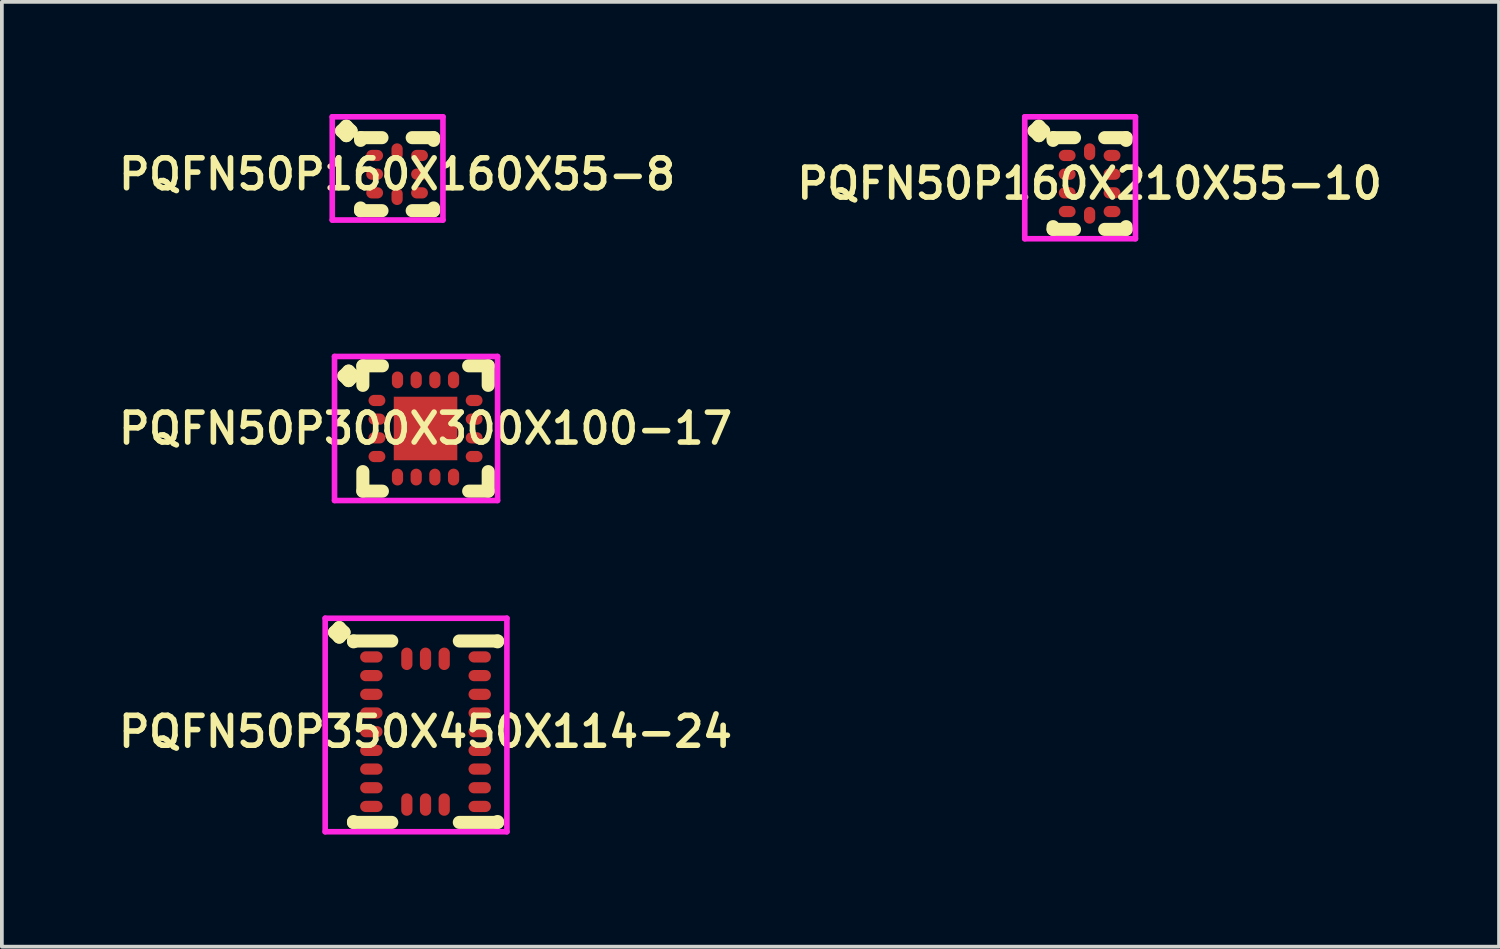
<source format=kicad_pcb>
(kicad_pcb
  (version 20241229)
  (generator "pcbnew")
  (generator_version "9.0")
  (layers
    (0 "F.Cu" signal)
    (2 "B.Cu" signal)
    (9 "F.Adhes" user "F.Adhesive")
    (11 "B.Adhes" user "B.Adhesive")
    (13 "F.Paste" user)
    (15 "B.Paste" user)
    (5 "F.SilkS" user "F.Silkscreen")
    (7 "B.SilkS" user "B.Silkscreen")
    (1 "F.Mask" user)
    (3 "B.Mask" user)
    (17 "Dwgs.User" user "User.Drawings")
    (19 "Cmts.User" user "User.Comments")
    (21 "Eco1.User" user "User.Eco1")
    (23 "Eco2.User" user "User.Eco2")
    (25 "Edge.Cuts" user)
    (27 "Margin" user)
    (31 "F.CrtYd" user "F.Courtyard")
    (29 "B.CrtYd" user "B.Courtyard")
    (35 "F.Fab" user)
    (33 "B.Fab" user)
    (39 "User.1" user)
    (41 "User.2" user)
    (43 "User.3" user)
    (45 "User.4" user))
  (footprint "PQFN50P160X160X55-8"
    (layer "F.Cu")
    (at 7.574 1.61)
    (property "Reference" "PQFN50P160X160X55-8" (at 0 0 0) (layer "F.SilkS") (effects (font (size 0.8 0.8) (thickness 0.15))))
    (attr smd)
    (fp_line (start -1.485 -1.158) (end -1.358 -1.285) (stroke (width 0.35) (type solid)) (layer "F.SilkS"))
    (fp_line (start -1.358 -1.285) (end -1.231 -1.158) (stroke (width 0.35) (type solid)) (layer "F.SilkS"))
    (fp_line (start -1.358 -1.031) (end -1.485 -1.158) (stroke (width 0.35) (type solid)) (layer "F.SilkS"))
    (fp_line (start -1.231 -1.158) (end -1.358 -1.031) (stroke (width 0.35) (type solid)) (layer "F.SilkS"))
    (fp_line (start -0.977 -0.977) (end -0.404 -0.977) (stroke (width 0.35) (type solid)) (layer "F.SilkS"))
    (fp_line (start -0.977 -0.904) (end -0.977 -0.977) (stroke (width 0.35) (type solid)) (layer "F.SilkS"))
    (fp_line (start -0.977 0.904) (end -0.977 0.977) (stroke (width 0.35) (type solid)) (layer "F.SilkS"))
    (fp_line (start -0.977 0.977) (end -0.404 0.977) (stroke (width 0.35) (type solid)) (layer "F.SilkS"))
    (fp_line (start 0.404 -0.977) (end 0.977 -0.977) (stroke (width 0.35) (type solid)) (layer "F.SilkS"))
    (fp_line (start 0.404 0.977) (end 0.977 0.977) (stroke (width 0.35) (type solid)) (layer "F.SilkS"))
    (fp_line (start 0.977 -0.977) (end 0.977 -0.904) (stroke (width 0.35) (type solid)) (layer "F.SilkS"))
    (fp_line (start 0.977 0.977) (end 0.977 0.904) (stroke (width 0.35) (type solid)) (layer "F.SilkS"))
    (fp_line (start -1.735 -1.535) (end 1.227 -1.535) (stroke (width 0.15) (type solid)) (layer "F.CrtYd"))
    (fp_line (start -1.735 1.227) (end -1.735 -1.535) (stroke (width 0.15) (type solid)) (layer "F.CrtYd"))
    (fp_line (start 1.227 -1.535) (end 1.227 1.227) (stroke (width 0.15) (type solid)) (layer "F.CrtYd"))
    (fp_line (start 1.227 1.227) (end -1.735 1.227) (stroke (width 0.15) (type solid)) (layer "F.CrtYd"))
    (pad "1" smd oval (at -0.6 -0.5) (size 0.45 0.3) (layers "F.Cu" "F.Mask" "F.Paste"))
    (pad "2" smd oval (at -0.6 0) (size 0.45 0.3) (layers "F.Cu" "F.Mask" "F.Paste"))
    (pad "3" smd oval (at -0.6 0.5) (size 0.45 0.3) (layers "F.Cu" "F.Mask" "F.Paste"))
    (pad "4" smd oval (at 0 0.6) (size 0.3 0.45) (layers "F.Cu" "F.Mask" "F.Paste"))
    (pad "5" smd oval (at 0.6 0.5) (size 0.45 0.3) (layers "F.Cu" "F.Mask" "F.Paste"))
    (pad "6" smd oval (at 0.6 0) (size 0.45 0.3) (layers "F.Cu" "F.Mask" "F.Paste"))
    (pad "7" smd oval (at 0.6 -0.5) (size 0.45 0.3) (layers "F.Cu" "F.Mask" "F.Paste"))
    (pad "8" smd oval (at 0 -0.6) (size 0.3 0.45) (layers "F.Cu" "F.Mask" "F.Paste")))
  (footprint "PQFN50P350X450X114-24"
    (layer "F.Cu")
    (at 8.335 16.526)
    (property "Reference" "PQFN50P350X450X114-24" (at 0 0 0) (layer "F.SilkS") (effects (font (size 0.8 0.8) (thickness 0.15))))
    (attr smd)
    (fp_line (start -2.435 -2.658) (end -2.308 -2.785) (stroke (width 0.35) (type solid)) (layer "F.SilkS"))
    (fp_line (start -2.308 -2.785) (end -2.181 -2.658) (stroke (width 0.35) (type solid)) (layer "F.SilkS"))
    (fp_line (start -2.308 -2.531) (end -2.435 -2.658) (stroke (width 0.35) (type solid)) (layer "F.SilkS"))
    (fp_line (start -2.181 -2.658) (end -2.308 -2.531) (stroke (width 0.35) (type solid)) (layer "F.SilkS"))
    (fp_line (start -1.927 -2.427) (end -0.904 -2.427) (stroke (width 0.35) (type solid)) (layer "F.SilkS"))
    (fp_line (start -1.927 -2.404) (end -1.927 -2.427) (stroke (width 0.35) (type solid)) (layer "F.SilkS"))
    (fp_line (start -1.927 2.404) (end -1.927 2.427) (stroke (width 0.35) (type solid)) (layer "F.SilkS"))
    (fp_line (start -1.927 2.427) (end -0.904 2.427) (stroke (width 0.35) (type solid)) (layer "F.SilkS"))
    (fp_line (start 0.904 -2.427) (end 1.927 -2.427) (stroke (width 0.35) (type solid)) (layer "F.SilkS"))
    (fp_line (start 0.904 2.427) (end 1.927 2.427) (stroke (width 0.35) (type solid)) (layer "F.SilkS"))
    (fp_line (start 1.927 -2.427) (end 1.927 -2.404) (stroke (width 0.35) (type solid)) (layer "F.SilkS"))
    (fp_line (start 1.927 2.427) (end 1.927 2.404) (stroke (width 0.35) (type solid)) (layer "F.SilkS"))
    (fp_line (start -2.685 -3.035) (end 2.177 -3.035) (stroke (width 0.15) (type solid)) (layer "F.CrtYd"))
    (fp_line (start -2.685 2.677) (end -2.685 -3.035) (stroke (width 0.15) (type solid)) (layer "F.CrtYd"))
    (fp_line (start 2.177 -3.035) (end 2.177 2.677) (stroke (width 0.15) (type solid)) (layer "F.CrtYd"))
    (fp_line (start 2.177 2.677) (end -2.685 2.677) (stroke (width 0.15) (type solid)) (layer "F.CrtYd"))
    (pad "1" smd oval (at -1.45 -2) (size 0.6 0.3) (layers "F.Cu" "F.Mask" "F.Paste"))
    (pad "2" smd oval (at -1.45 -1.5) (size 0.6 0.3) (layers "F.Cu" "F.Mask" "F.Paste"))
    (pad "3" smd oval (at -1.45 -1) (size 0.6 0.3) (layers "F.Cu" "F.Mask" "F.Paste"))
    (pad "4" smd oval (at -1.45 -0.5) (size 0.6 0.3) (layers "F.Cu" "F.Mask" "F.Paste"))
    (pad "5" smd oval (at -1.45 0) (size 0.6 0.3) (layers "F.Cu" "F.Mask" "F.Paste"))
    (pad "6" smd oval (at -1.45 0.5) (size 0.6 0.3) (layers "F.Cu" "F.Mask" "F.Paste"))
    (pad "7" smd oval (at -1.45 1) (size 0.6 0.3) (layers "F.Cu" "F.Mask" "F.Paste"))
    (pad "8" smd oval (at -1.45 1.5) (size 0.6 0.3) (layers "F.Cu" "F.Mask" "F.Paste"))
    (pad "9" smd oval (at -1.45 2) (size 0.6 0.3) (layers "F.Cu" "F.Mask" "F.Paste"))
    (pad "10" smd oval (at -0.5 1.95) (size 0.3 0.6) (layers "F.Cu" "F.Mask" "F.Paste"))
    (pad "11" smd oval (at 0 1.95) (size 0.3 0.6) (layers "F.Cu" "F.Mask" "F.Paste"))
    (pad "12" smd oval (at 0.5 1.95) (size 0.3 0.6) (layers "F.Cu" "F.Mask" "F.Paste"))
    (pad "13" smd oval (at 1.45 2) (size 0.6 0.3) (layers "F.Cu" "F.Mask" "F.Paste"))
    (pad "14" smd oval (at 1.45 1.5) (size 0.6 0.3) (layers "F.Cu" "F.Mask" "F.Paste"))
    (pad "15" smd oval (at 1.45 1) (size 0.6 0.3) (layers "F.Cu" "F.Mask" "F.Paste"))
    (pad "16" smd oval (at 1.45 0.5) (size 0.6 0.3) (layers "F.Cu" "F.Mask" "F.Paste"))
    (pad "17" smd oval (at 1.45 0) (size 0.6 0.3) (layers "F.Cu" "F.Mask" "F.Paste"))
    (pad "18" smd oval (at 1.45 -0.5) (size 0.6 0.3) (layers "F.Cu" "F.Mask" "F.Paste"))
    (pad "19" smd oval (at 1.45 -1) (size 0.6 0.3) (layers "F.Cu" "F.Mask" "F.Paste"))
    (pad "20" smd oval (at 1.45 -1.5) (size 0.6 0.3) (layers "F.Cu" "F.Mask" "F.Paste"))
    (pad "21" smd oval (at 1.45 -2) (size 0.6 0.3) (layers "F.Cu" "F.Mask" "F.Paste"))
    (pad "22" smd oval (at 0.5 -1.95) (size 0.3 0.6) (layers "F.Cu" "F.Mask" "F.Paste"))
    (pad "23" smd oval (at 0 -1.95) (size 0.3 0.6) (layers "F.Cu" "F.Mask" "F.Paste"))
    (pad "24" smd oval (at -0.5 -1.95) (size 0.3 0.6) (layers "F.Cu" "F.Mask" "F.Paste")))
  (footprint "PQFN50P300X300X100-17"
    (layer "F.Cu")
    (at 8.335 8.414)
    (property "Reference" "PQFN50P300X300X100-17" (at 0 0 0) (layer "F.SilkS") (effects (font (size 0.8 0.8) (thickness 0.15))))
    (attr smd)
    (fp_line (start -2.185 -1.408) (end -2.058 -1.535) (stroke (width 0.35) (type solid)) (layer "F.SilkS"))
    (fp_line (start -2.058 -1.535) (end -1.931 -1.408) (stroke (width 0.35) (type solid)) (layer "F.SilkS"))
    (fp_line (start -2.058 -1.281) (end -2.185 -1.408) (stroke (width 0.35) (type solid)) (layer "F.SilkS"))
    (fp_line (start -1.931 -1.408) (end -2.058 -1.281) (stroke (width 0.35) (type solid)) (layer "F.SilkS"))
    (fp_line (start -1.677 -1.677) (end -1.154 -1.677) (stroke (width 0.35) (type solid)) (layer "F.SilkS"))
    (fp_line (start -1.677 -1.154) (end -1.677 -1.677) (stroke (width 0.35) (type solid)) (layer "F.SilkS"))
    (fp_line (start -1.677 1.154) (end -1.677 1.677) (stroke (width 0.35) (type solid)) (layer "F.SilkS"))
    (fp_line (start -1.677 1.677) (end -1.154 1.677) (stroke (width 0.35) (type solid)) (layer "F.SilkS"))
    (fp_line (start 1.154 -1.677) (end 1.677 -1.677) (stroke (width 0.35) (type solid)) (layer "F.SilkS"))
    (fp_line (start 1.154 1.677) (end 1.677 1.677) (stroke (width 0.35) (type solid)) (layer "F.SilkS"))
    (fp_line (start 1.677 -1.677) (end 1.677 -1.154) (stroke (width 0.35) (type solid)) (layer "F.SilkS"))
    (fp_line (start 1.677 1.677) (end 1.677 1.154) (stroke (width 0.35) (type solid)) (layer "F.SilkS"))
    (fp_line (start -2.435 -1.927) (end 1.927 -1.927) (stroke (width 0.15) (type solid)) (layer "F.CrtYd"))
    (fp_line (start -2.435 1.927) (end -2.435 -1.927) (stroke (width 0.15) (type solid)) (layer "F.CrtYd"))
    (fp_line (start 1.927 -1.927) (end 1.927 1.927) (stroke (width 0.15) (type solid)) (layer "F.CrtYd"))
    (fp_line (start 1.927 1.927) (end -2.435 1.927) (stroke (width 0.15) (type solid)) (layer "F.CrtYd"))
    (pad "1" smd oval (at -1.3 -0.75) (size 0.45 0.3) (layers "F.Cu" "F.Mask" "F.Paste"))
    (pad "2" smd oval (at -1.3 -0.25) (size 0.45 0.3) (layers "F.Cu" "F.Mask" "F.Paste"))
    (pad "3" smd oval (at -1.3 0.25) (size 0.45 0.3) (layers "F.Cu" "F.Mask" "F.Paste"))
    (pad "4" smd oval (at -1.3 0.75) (size 0.45 0.3) (layers "F.Cu" "F.Mask" "F.Paste"))
    (pad "5" smd oval (at -0.75 1.3) (size 0.3 0.45) (layers "F.Cu" "F.Mask" "F.Paste"))
    (pad "6" smd oval (at -0.25 1.3) (size 0.3 0.45) (layers "F.Cu" "F.Mask" "F.Paste"))
    (pad "7" smd oval (at 0.25 1.3) (size 0.3 0.45) (layers "F.Cu" "F.Mask" "F.Paste"))
    (pad "8" smd oval (at 0.75 1.3) (size 0.3 0.45) (layers "F.Cu" "F.Mask" "F.Paste"))
    (pad "9" smd oval (at 1.3 0.75) (size 0.45 0.3) (layers "F.Cu" "F.Mask" "F.Paste"))
    (pad "10" smd oval (at 1.3 0.25) (size 0.45 0.3) (layers "F.Cu" "F.Mask" "F.Paste"))
    (pad "11" smd oval (at 1.3 -0.25) (size 0.45 0.3) (layers "F.Cu" "F.Mask" "F.Paste"))
    (pad "12" smd oval (at 1.3 -0.75) (size 0.45 0.3) (layers "F.Cu" "F.Mask" "F.Paste"))
    (pad "13" smd oval (at 0.75 -1.3) (size 0.3 0.45) (layers "F.Cu" "F.Mask" "F.Paste"))
    (pad "14" smd oval (at 0.25 -1.3) (size 0.3 0.45) (layers "F.Cu" "F.Mask" "F.Paste"))
    (pad "15" smd oval (at -0.25 -1.3) (size 0.3 0.45) (layers "F.Cu" "F.Mask" "F.Paste"))
    (pad "16" smd oval (at -0.75 -1.3) (size 0.3 0.45) (layers "F.Cu" "F.Mask" "F.Paste"))
    (pad "17" smd rect (at 0 0) (size 1.7 1.7) (layers "F.Cu" "F.Mask" "F.Paste")))
  (footprint "PQFN50P160X210X55-10"
    (layer "F.Cu")
    (at 26.102 1.86)
    (property "Reference" "PQFN50P160X210X55-10" (at 0 0 0) (layer "F.SilkS") (effects (font (size 0.8 0.8) (thickness 0.15))))
    (attr smd)
    (fp_line (start -1.485 -1.408) (end -1.358 -1.535) (stroke (width 0.35) (type solid)) (layer "F.SilkS"))
    (fp_line (start -1.358 -1.535) (end -1.231 -1.408) (stroke (width 0.35) (type solid)) (layer "F.SilkS"))
    (fp_line (start -1.358 -1.281) (end -1.485 -1.408) (stroke (width 0.35) (type solid)) (layer "F.SilkS"))
    (fp_line (start -1.231 -1.408) (end -1.358 -1.281) (stroke (width 0.35) (type solid)) (layer "F.SilkS"))
    (fp_line (start -0.977 -1.227) (end -0.404 -1.227) (stroke (width 0.35) (type solid)) (layer "F.SilkS"))
    (fp_line (start -0.977 -1.154) (end -0.977 -1.227) (stroke (width 0.35) (type solid)) (layer "F.SilkS"))
    (fp_line (start -0.977 1.154) (end -0.977 1.227) (stroke (width 0.35) (type solid)) (layer "F.SilkS"))
    (fp_line (start -0.977 1.227) (end -0.404 1.227) (stroke (width 0.35) (type solid)) (layer "F.SilkS"))
    (fp_line (start 0.404 -1.227) (end 0.977 -1.227) (stroke (width 0.35) (type solid)) (layer "F.SilkS"))
    (fp_line (start 0.404 1.227) (end 0.977 1.227) (stroke (width 0.35) (type solid)) (layer "F.SilkS"))
    (fp_line (start 0.977 -1.227) (end 0.977 -1.154) (stroke (width 0.35) (type solid)) (layer "F.SilkS"))
    (fp_line (start 0.977 1.227) (end 0.977 1.154) (stroke (width 0.35) (type solid)) (layer "F.SilkS"))
    (fp_line (start -1.735 -1.785) (end 1.227 -1.785) (stroke (width 0.15) (type solid)) (layer "F.CrtYd"))
    (fp_line (start -1.735 1.477) (end -1.735 -1.785) (stroke (width 0.15) (type solid)) (layer "F.CrtYd"))
    (fp_line (start 1.227 -1.785) (end 1.227 1.477) (stroke (width 0.15) (type solid)) (layer "F.CrtYd"))
    (fp_line (start 1.227 1.477) (end -1.735 1.477) (stroke (width 0.15) (type solid)) (layer "F.CrtYd"))
    (pad "1" smd oval (at -0.6 -0.75) (size 0.45 0.3) (layers "F.Cu" "F.Mask" "F.Paste"))
    (pad "2" smd oval (at -0.6 -0.25) (size 0.45 0.3) (layers "F.Cu" "F.Mask" "F.Paste"))
    (pad "3" smd oval (at -0.6 0.25) (size 0.45 0.3) (layers "F.Cu" "F.Mask" "F.Paste"))
    (pad "4" smd oval (at -0.6 0.75) (size 0.45 0.3) (layers "F.Cu" "F.Mask" "F.Paste"))
    (pad "5" smd oval (at 0 0.85) (size 0.3 0.45) (layers "F.Cu" "F.Mask" "F.Paste"))
    (pad "6" smd oval (at 0.6 0.75) (size 0.45 0.3) (layers "F.Cu" "F.Mask" "F.Paste"))
    (pad "7" smd oval (at 0.6 0.25) (size 0.45 0.3) (layers "F.Cu" "F.Mask" "F.Paste"))
    (pad "8" smd oval (at 0.6 -0.25) (size 0.45 0.3) (layers "F.Cu" "F.Mask" "F.Paste"))
    (pad "9" smd oval (at 0.6 -0.75) (size 0.45 0.3) (layers "F.Cu" "F.Mask" "F.Paste"))
    (pad "10" smd oval (at 0 -0.85) (size 0.3 0.45) (layers "F.Cu" "F.Mask" "F.Paste")))
  (gr_rect
    (start -3 -3)
    (end 37.056 22.278)
    (stroke (width 0.1) (type default))
    (fill no)
    (layer "Edge.Cuts")))
</source>
